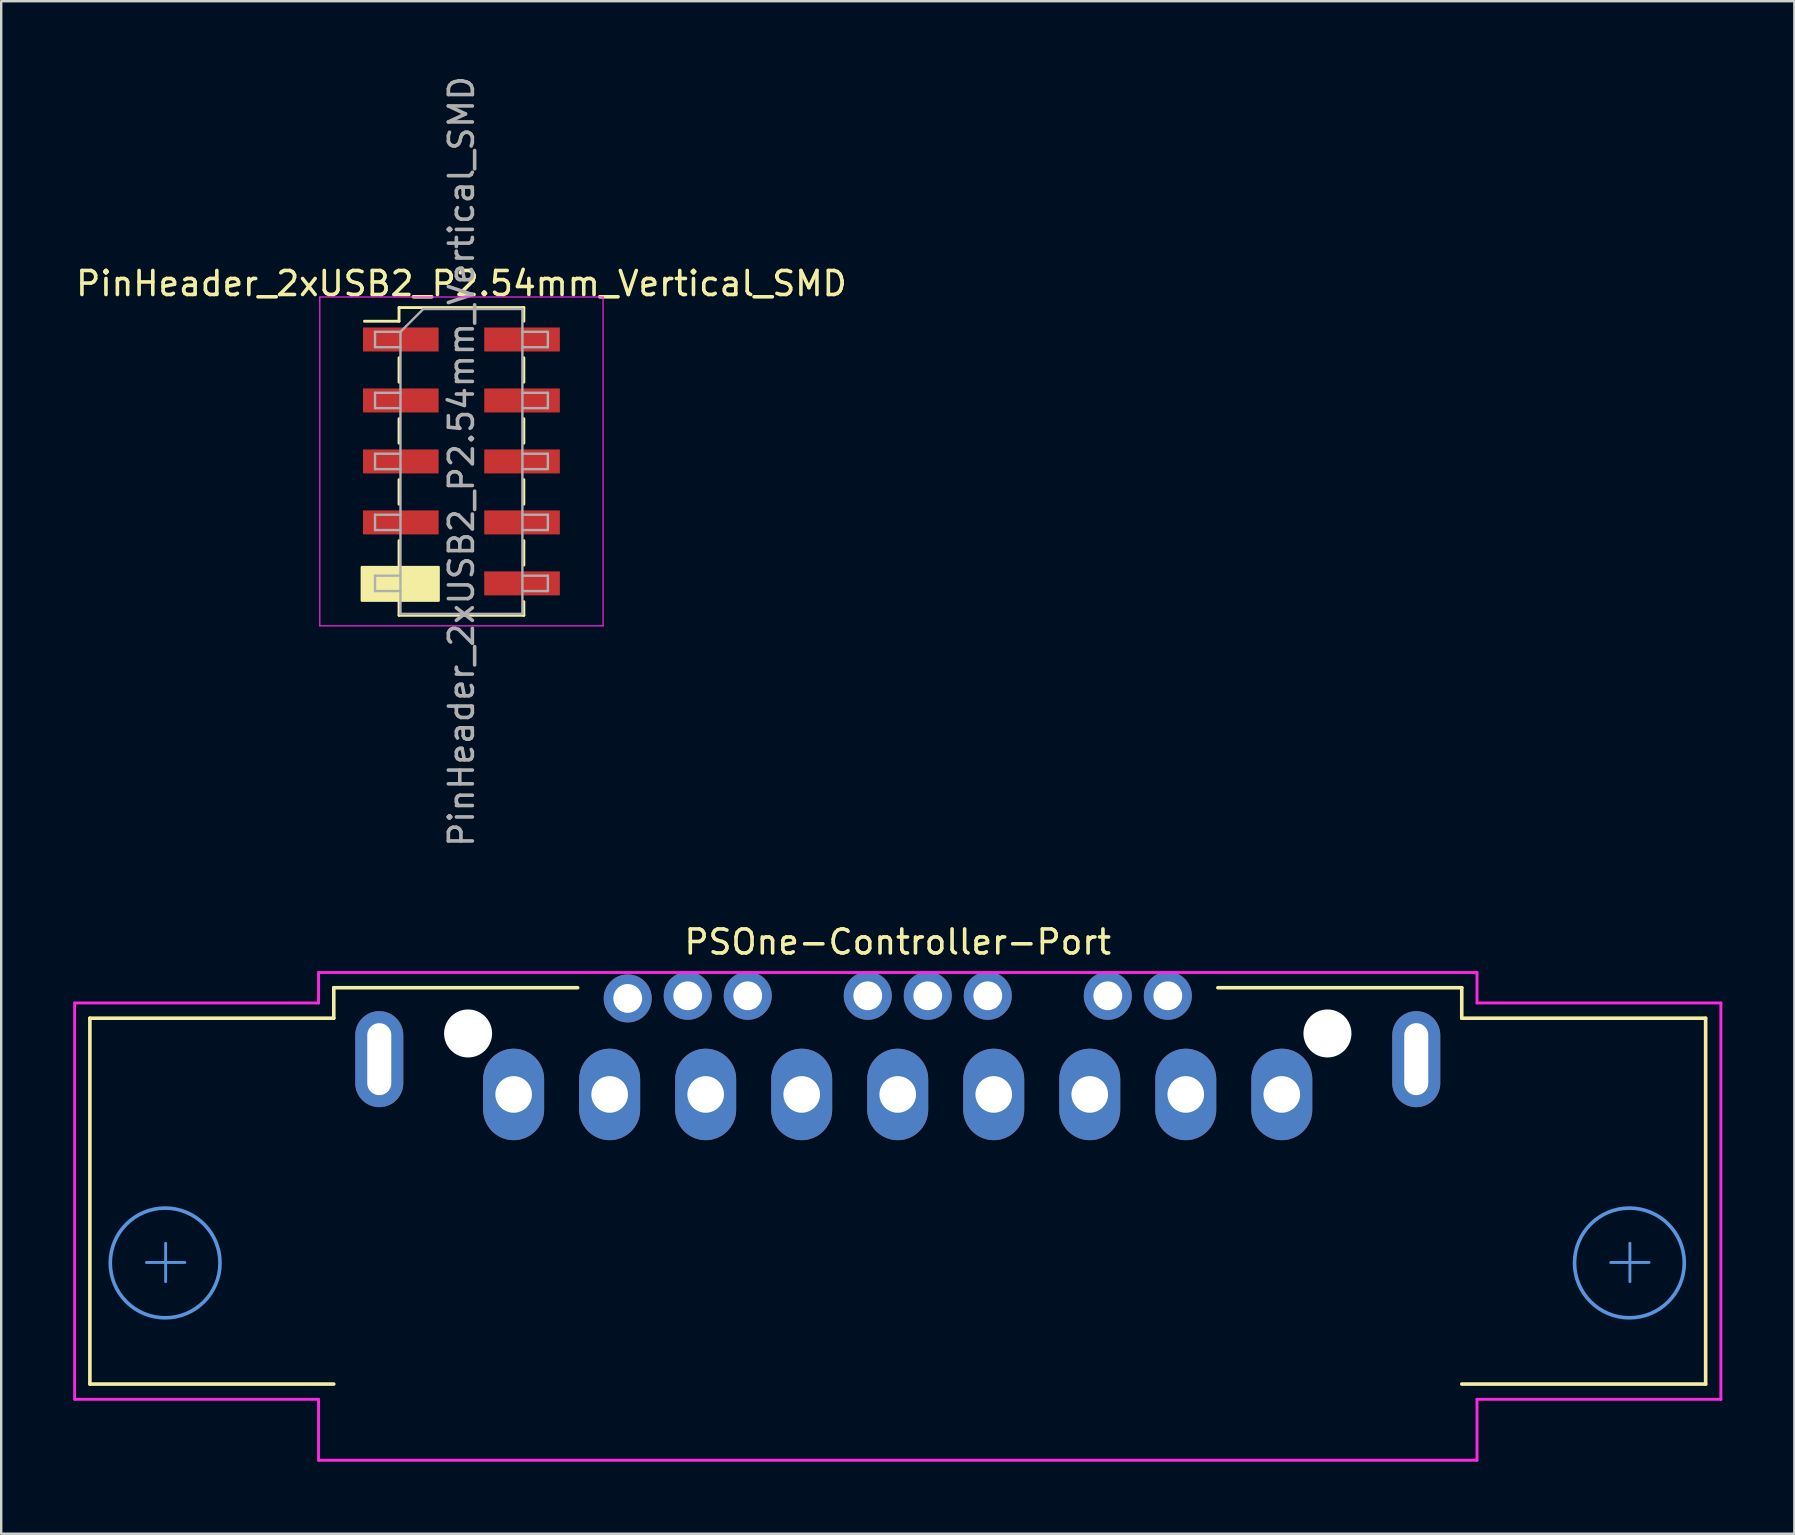
<source format=kicad_pcb>
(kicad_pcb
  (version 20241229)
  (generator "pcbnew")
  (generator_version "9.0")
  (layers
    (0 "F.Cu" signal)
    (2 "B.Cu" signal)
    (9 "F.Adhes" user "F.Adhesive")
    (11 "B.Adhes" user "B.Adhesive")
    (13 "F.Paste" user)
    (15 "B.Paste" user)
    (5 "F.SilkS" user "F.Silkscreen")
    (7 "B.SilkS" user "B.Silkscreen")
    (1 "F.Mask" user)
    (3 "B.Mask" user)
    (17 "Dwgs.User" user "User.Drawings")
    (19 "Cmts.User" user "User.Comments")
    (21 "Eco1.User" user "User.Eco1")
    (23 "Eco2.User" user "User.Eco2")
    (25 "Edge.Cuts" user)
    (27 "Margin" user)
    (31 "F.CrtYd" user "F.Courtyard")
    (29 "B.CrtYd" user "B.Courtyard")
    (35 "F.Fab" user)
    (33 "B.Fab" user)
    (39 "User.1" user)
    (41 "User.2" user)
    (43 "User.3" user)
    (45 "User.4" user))
  (footprint "PinHeader_2xUSB2_P2.54mm_Vertical_SMD"
    (layer "F.Cu")
    (at 16.173 16.173)
    (property "Reference" "PinHeader_2xUSB2_P2.54mm_Vertical_SMD" (at 0 -7.41 0) (layer "F.SilkS") (effects (font (size 1 1) (thickness 0.15))))
    (attr smd)
    (fp_line (start -4.04 -5.84) (end -2.6 -5.84) (stroke (width 0.12) (type solid)) (layer "F.SilkS"))
    (fp_line (start -2.6 -6.41) (end -2.6 -5.84) (stroke (width 0.12) (type solid)) (layer "F.SilkS"))
    (fp_line (start -2.6 -6.41) (end 2.6 -6.41) (stroke (width 0.12) (type solid)) (layer "F.SilkS"))
    (fp_line (start -2.6 -4.32) (end -2.6 -3.3) (stroke (width 0.12) (type solid)) (layer "F.SilkS"))
    (fp_line (start -2.6 -1.78) (end -2.6 -0.76) (stroke (width 0.12) (type solid)) (layer "F.SilkS"))
    (fp_line (start -2.6 0.76) (end -2.6 1.78) (stroke (width 0.12) (type solid)) (layer "F.SilkS"))
    (fp_line (start -2.6 3.3) (end -2.6 4.32) (stroke (width 0.12) (type solid)) (layer "F.SilkS"))
    (fp_line (start -2.6 5.84) (end -2.6 6.41) (stroke (width 0.12) (type solid)) (layer "F.SilkS"))
    (fp_line (start -2.6 6.41) (end 2.6 6.41) (stroke (width 0.12) (type solid)) (layer "F.SilkS"))
    (fp_line (start 2.6 -6.41) (end 2.6 -5.84) (stroke (width 0.12) (type solid)) (layer "F.SilkS"))
    (fp_line (start 2.6 -4.32) (end 2.6 -3.3) (stroke (width 0.12) (type solid)) (layer "F.SilkS"))
    (fp_line (start 2.6 -1.78) (end 2.6 -0.76) (stroke (width 0.12) (type solid)) (layer "F.SilkS"))
    (fp_line (start 2.6 0.76) (end 2.6 1.78) (stroke (width 0.12) (type solid)) (layer "F.SilkS"))
    (fp_line (start 2.6 3.3) (end 2.6 4.32) (stroke (width 0.12) (type solid)) (layer "F.SilkS"))
    (fp_line (start 2.6 5.84) (end 2.6 6.41) (stroke (width 0.12) (type solid)) (layer "F.SilkS"))
    (fp_poly (pts (xy -0.95 5.8) (xy -4.15 5.8) (xy -4.15 4.4) (xy -0.95 4.4)) (stroke (width 0.1) (type solid)) (fill yes) (layer "F.SilkS"))
    (fp_line (start -5.9 -6.85) (end -5.9 6.85) (stroke (width 0.05) (type solid)) (layer "F.CrtYd"))
    (fp_line (start -5.9 6.85) (end 5.9 6.85) (stroke (width 0.05) (type solid)) (layer "F.CrtYd"))
    (fp_line (start 5.9 -6.85) (end -5.9 -6.85) (stroke (width 0.05) (type solid)) (layer "F.CrtYd"))
    (fp_line (start 5.9 6.85) (end 5.9 -6.85) (stroke (width 0.05) (type solid)) (layer "F.CrtYd"))
    (fp_line (start -3.6 -5.4) (end -3.6 -4.76) (stroke (width 0.1) (type solid)) (layer "F.Fab"))
    (fp_line (start -3.6 -4.76) (end -2.54 -4.76) (stroke (width 0.1) (type solid)) (layer "F.Fab"))
    (fp_line (start -3.6 -2.86) (end -3.6 -2.22) (stroke (width 0.1) (type solid)) (layer "F.Fab"))
    (fp_line (start -3.6 -2.22) (end -2.54 -2.22) (stroke (width 0.1) (type solid)) (layer "F.Fab"))
    (fp_line (start -3.6 -0.32) (end -3.6 0.32) (stroke (width 0.1) (type solid)) (layer "F.Fab"))
    (fp_line (start -3.6 0.32) (end -2.54 0.32) (stroke (width 0.1) (type solid)) (layer "F.Fab"))
    (fp_line (start -3.6 2.22) (end -3.6 2.86) (stroke (width 0.1) (type solid)) (layer "F.Fab"))
    (fp_line (start -3.6 2.86) (end -2.54 2.86) (stroke (width 0.1) (type solid)) (layer "F.Fab"))
    (fp_line (start -3.6 4.76) (end -3.6 5.4) (stroke (width 0.1) (type solid)) (layer "F.Fab"))
    (fp_line (start -3.6 5.4) (end -2.54 5.4) (stroke (width 0.1) (type solid)) (layer "F.Fab"))
    (fp_line (start -2.54 -5.4) (end -3.6 -5.4) (stroke (width 0.1) (type solid)) (layer "F.Fab"))
    (fp_line (start -2.54 -5.4) (end -1.59 -6.35) (stroke (width 0.1) (type solid)) (layer "F.Fab"))
    (fp_line (start -2.54 -2.86) (end -3.6 -2.86) (stroke (width 0.1) (type solid)) (layer "F.Fab"))
    (fp_line (start -2.54 -0.32) (end -3.6 -0.32) (stroke (width 0.1) (type solid)) (layer "F.Fab"))
    (fp_line (start -2.54 2.22) (end -3.6 2.22) (stroke (width 0.1) (type solid)) (layer "F.Fab"))
    (fp_line (start -2.54 4.76) (end -3.6 4.76) (stroke (width 0.1) (type solid)) (layer "F.Fab"))
    (fp_line (start -2.54 6.35) (end -2.54 -5.4) (stroke (width 0.1) (type solid)) (layer "F.Fab"))
    (fp_line (start -1.59 -6.35) (end 2.54 -6.35) (stroke (width 0.1) (type solid)) (layer "F.Fab"))
    (fp_line (start 2.54 -6.35) (end 2.54 6.35) (stroke (width 0.1) (type solid)) (layer "F.Fab"))
    (fp_line (start 2.54 -5.4) (end 3.6 -5.4) (stroke (width 0.1) (type solid)) (layer "F.Fab"))
    (fp_line (start 2.54 -2.86) (end 3.6 -2.86) (stroke (width 0.1) (type solid)) (layer "F.Fab"))
    (fp_line (start 2.54 -0.32) (end 3.6 -0.32) (stroke (width 0.1) (type solid)) (layer "F.Fab"))
    (fp_line (start 2.54 2.22) (end 3.6 2.22) (stroke (width 0.1) (type solid)) (layer "F.Fab"))
    (fp_line (start 2.54 4.76) (end 3.6 4.76) (stroke (width 0.1) (type solid)) (layer "F.Fab"))
    (fp_line (start 2.54 6.35) (end -2.54 6.35) (stroke (width 0.1) (type solid)) (layer "F.Fab"))
    (fp_line (start 3.6 -5.4) (end 3.6 -4.76) (stroke (width 0.1) (type solid)) (layer "F.Fab"))
    (fp_line (start 3.6 -4.76) (end 2.54 -4.76) (stroke (width 0.1) (type solid)) (layer "F.Fab"))
    (fp_line (start 3.6 -2.86) (end 3.6 -2.22) (stroke (width 0.1) (type solid)) (layer "F.Fab"))
    (fp_line (start 3.6 -2.22) (end 2.54 -2.22) (stroke (width 0.1) (type solid)) (layer "F.Fab"))
    (fp_line (start 3.6 -0.32) (end 3.6 0.32) (stroke (width 0.1) (type solid)) (layer "F.Fab"))
    (fp_line (start 3.6 0.32) (end 2.54 0.32) (stroke (width 0.1) (type solid)) (layer "F.Fab"))
    (fp_line (start 3.6 2.22) (end 3.6 2.86) (stroke (width 0.1) (type solid)) (layer "F.Fab"))
    (fp_line (start 3.6 2.86) (end 2.54 2.86) (stroke (width 0.1) (type solid)) (layer "F.Fab"))
    (fp_line (start 3.6 4.76) (end 3.6 5.4) (stroke (width 0.1) (type solid)) (layer "F.Fab"))
    (fp_line (start 3.6 5.4) (end 2.54 5.4) (stroke (width 0.1) (type solid)) (layer "F.Fab"))
    (fp_text user "${REFERENCE}" (at 0 0 270) (layer "F.Fab") (effects (font (size 1 1) (thickness 0.15))))
    (pad "1" smd rect (at -2.525 -5.08) (size 3.15 1) (layers "F.Cu" "F.Mask" "F.Paste"))
    (pad "2" smd rect (at 2.525 -5.08) (size 3.15 1) (layers "F.Cu" "F.Mask" "F.Paste"))
    (pad "3" smd rect (at -2.525 -2.54) (size 3.15 1) (layers "F.Cu" "F.Mask" "F.Paste"))
    (pad "4" smd rect (at 2.525 -2.54) (size 3.15 1) (layers "F.Cu" "F.Mask" "F.Paste"))
    (pad "5" smd rect (at -2.525 0) (size 3.15 1) (layers "F.Cu" "F.Mask" "F.Paste"))
    (pad "6" smd rect (at 2.525 0) (size 3.15 1) (layers "F.Cu" "F.Mask" "F.Paste"))
    (pad "7" smd rect (at -2.525 2.54) (size 3.15 1) (layers "F.Cu" "F.Mask" "F.Paste"))
    (pad "8" smd rect (at 2.525 2.54) (size 3.15 1) (layers "F.Cu" "F.Mask" "F.Paste"))
    (pad "10" smd rect (at 2.525 5.08) (size 3.15 1) (layers "F.Cu" "F.Mask" "F.Paste")))
  (footprint "PSOne-Controller-Port"
    (layer "F.Cu")
    (at 34.35 42.543)
    (property "Reference" "PSOne-Controller-Port" (at 0 -6.35 180) (layer "F.SilkS") (effects (font (size 1 1) (thickness 0.15))))
    (attr through_hole)
    (fp_line (start -33.655 -3.175) (end -33.655 12.065) (stroke (width 0.15) (type solid)) (layer "F.SilkS"))
    (fp_line (start -33.655 12.065) (end -23.495 12.065) (stroke (width 0.15) (type solid)) (layer "F.SilkS"))
    (fp_line (start -23.495 -4.445) (end -13.335 -4.445) (stroke (width 0.15) (type solid)) (layer "F.SilkS"))
    (fp_line (start -23.495 -3.175) (end -33.655 -3.175) (stroke (width 0.15) (type solid)) (layer "F.SilkS"))
    (fp_line (start -23.495 -3.175) (end -23.495 -4.445) (stroke (width 0.15) (type solid)) (layer "F.SilkS"))
    (fp_line (start 23.495 -4.445) (end 13.335 -4.445) (stroke (width 0.15) (type solid)) (layer "F.SilkS"))
    (fp_line (start 23.495 -3.175) (end 23.495 -4.445) (stroke (width 0.15) (type solid)) (layer "F.SilkS"))
    (fp_line (start 23.495 -3.175) (end 33.655 -3.175) (stroke (width 0.15) (type solid)) (layer "F.SilkS"))
    (fp_line (start 33.655 -3.175) (end 33.655 12.065) (stroke (width 0.15) (type solid)) (layer "F.SilkS"))
    (fp_line (start 33.655 12.065) (end 23.495 12.065) (stroke (width 0.15) (type solid)) (layer "F.SilkS"))
    (fp_line (start -31.3 7) (end -29.7 7) (stroke (width 0.12) (type solid)) (layer "Cmts.User"))
    (fp_line (start -30.5 6.2) (end -30.5 7.8) (stroke (width 0.12) (type solid)) (layer "Cmts.User"))
    (fp_line (start 29.7 7) (end 31.3 7) (stroke (width 0.12) (type solid)) (layer "Cmts.User"))
    (fp_line (start 30.5 6.2) (end 30.5 7.8) (stroke (width 0.12) (type solid)) (layer "Cmts.User"))
    (fp_circle (center -30.52 7.02) (end -28.234 7.02) (stroke (width 0.15) (type solid)) (fill no) (layer "Cmts.User"))
    (fp_circle (center 30.48 7.02) (end 32.766 7.02) (stroke (width 0.15) (type solid)) (fill no) (layer "Cmts.User"))
    (fp_line (start -34.29 -3.81) (end -24.13 -3.81) (stroke (width 0.12) (type solid)) (layer "F.CrtYd"))
    (fp_line (start -34.29 12.7) (end -34.29 -3.81) (stroke (width 0.12) (type solid)) (layer "F.CrtYd"))
    (fp_line (start -24.13 -5.08) (end 24.13 -5.08) (stroke (width 0.12) (type solid)) (layer "F.CrtYd"))
    (fp_line (start -24.13 -3.81) (end -24.13 -5.08) (stroke (width 0.12) (type solid)) (layer "F.CrtYd"))
    (fp_line (start -24.13 12.7) (end -34.29 12.7) (stroke (width 0.12) (type solid)) (layer "F.CrtYd"))
    (fp_line (start -24.13 15.24) (end -24.13 12.7) (stroke (width 0.12) (type solid)) (layer "F.CrtYd"))
    (fp_line (start -24.13 15.24) (end 24.13 15.24) (stroke (width 0.12) (type solid)) (layer "F.CrtYd"))
    (fp_line (start 24.13 -5.08) (end 24.13 -3.81) (stroke (width 0.12) (type solid)) (layer "F.CrtYd"))
    (fp_line (start 24.13 -3.81) (end 34.29 -3.81) (stroke (width 0.12) (type solid)) (layer "F.CrtYd"))
    (fp_line (start 24.13 12.7) (end 24.13 15.24) (stroke (width 0.12) (type solid)) (layer "F.CrtYd"))
    (fp_line (start 34.29 -3.81) (end 34.29 12.7) (stroke (width 0.12) (type solid)) (layer "F.CrtYd"))
    (fp_line (start 34.29 12.7) (end 24.13 12.7) (stroke (width 0.12) (type solid)) (layer "F.CrtYd"))
    (pad "" np_thru_hole circle (at -17.9 -2.54) (size 2 2) (drill 2) (layers "*.Cu" "*.Mask"))
    (pad "" np_thru_hole circle (at 17.9 -2.54) (size 2 2) (drill 2) (layers "*.Cu" "*.Mask"))
    (pad "1" thru_hole oval (at 15.998 0) (size 2.54 3.81) (drill 1.524) (layers "*.Cu" "*.Mask"))
    (pad "2" thru_hole oval (at 11.998 0) (size 2.54 3.81) (drill 1.524) (layers "*.Cu" "*.Mask"))
    (pad "3" thru_hole oval (at 7.998 0) (size 2.54 3.81) (drill 1.524) (layers "*.Cu" "*.Mask"))
    (pad "4" thru_hole oval (at 3.998 0) (size 2.54 3.81) (drill 1.524) (layers "*.Cu" "*.Mask"))
    (pad "5" thru_hole oval (at -0.002 0) (size 2.54 3.81) (drill 1.524) (layers "*.Cu" "*.Mask"))
    (pad "6" thru_hole oval (at -4.002 0) (size 2.54 3.81) (drill 1.524) (layers "*.Cu" "*.Mask"))
    (pad "7" thru_hole oval (at -8.002 0) (size 2.54 3.81) (drill 1.524) (layers "*.Cu" "*.Mask"))
    (pad "8" thru_hole oval (at -12.002 0) (size 2.54 3.81) (drill 1.524) (layers "*.Cu" "*.Mask"))
    (pad "9" thru_hole oval (at -16.002 0) (size 2.54 3.81) (drill 1.524) (layers "*.Cu" "*.Mask"))
    (pad "10" thru_hole oval (at 11.25 -4.11) (size 2 2) (drill 1.2) (layers "*.Cu" "*.Mask"))
    (pad "11" thru_hole oval (at 8.75 -4.11) (size 2 2) (drill 1.2) (layers "*.Cu" "*.Mask"))
    (pad "12" thru_hole oval (at 3.75 -4.11) (size 2 2) (drill 1.2) (layers "*.Cu" "*.Mask"))
    (pad "13" thru_hole oval (at 1.25 -4.11) (size 2 2) (drill 1.2) (layers "*.Cu" "*.Mask"))
    (pad "14" thru_hole oval (at -1.25 -4.11) (size 2 2) (drill 1.2) (layers "*.Cu" "*.Mask"))
    (pad "15" thru_hole oval (at -6.25 -4.11) (size 2 2) (drill 1.2) (layers "*.Cu" "*.Mask"))
    (pad "16" thru_hole oval (at -8.75 -4.11) (size 2 2) (drill 1.2) (layers "*.Cu" "*.Mask"))
    (pad "17" thru_hole oval (at -11.25 -4) (size 2 2) (drill 1.2) (layers "*.Cu" "*.Mask"))
    (pad "SH" thru_hole oval (at -21.6 -1.47) (size 2 4) (drill oval 1 3) (layers "*.Cu" "*.Mask"))
    (pad "SH" thru_hole oval (at 21.6 -1.47) (size 2 4) (drill oval 1 3) (layers "*.Cu" "*.Mask")))
  (gr_rect
    (start -3 -3)
    (end 71.7 60.843)
    (stroke (width 0.1) (type default))
    (fill no)
    (layer "Edge.Cuts")))
</source>
